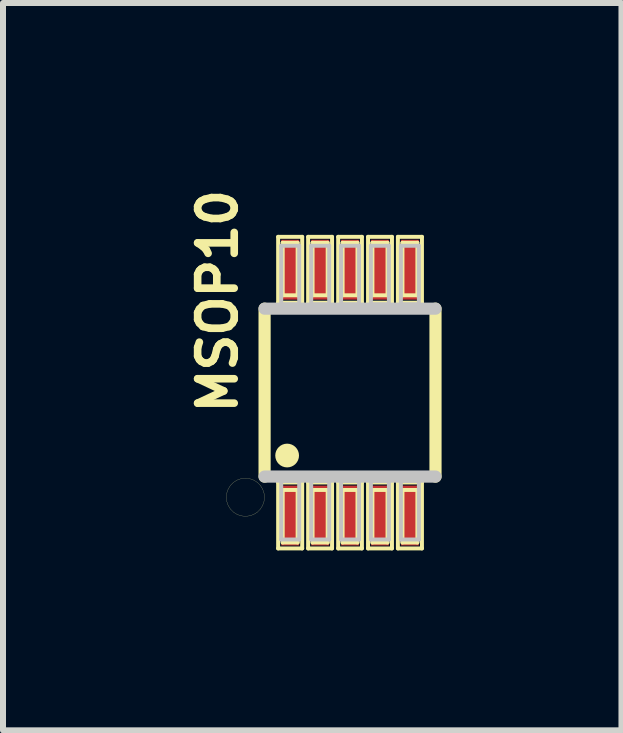
<source format=kicad_pcb>
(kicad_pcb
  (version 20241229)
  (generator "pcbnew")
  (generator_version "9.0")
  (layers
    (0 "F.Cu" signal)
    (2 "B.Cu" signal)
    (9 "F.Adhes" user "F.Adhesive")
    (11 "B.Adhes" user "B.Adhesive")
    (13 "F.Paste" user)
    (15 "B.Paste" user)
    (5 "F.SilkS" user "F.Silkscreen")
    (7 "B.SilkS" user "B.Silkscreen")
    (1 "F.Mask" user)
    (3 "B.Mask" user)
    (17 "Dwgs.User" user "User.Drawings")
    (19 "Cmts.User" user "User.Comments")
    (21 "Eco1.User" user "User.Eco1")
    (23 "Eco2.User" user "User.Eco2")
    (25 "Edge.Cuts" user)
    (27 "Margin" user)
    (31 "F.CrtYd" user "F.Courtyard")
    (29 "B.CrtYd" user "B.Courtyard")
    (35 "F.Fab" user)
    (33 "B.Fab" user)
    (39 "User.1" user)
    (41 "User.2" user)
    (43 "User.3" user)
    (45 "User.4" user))
  (footprint "MSOP10"
    (layer "F.Cu")
    (at 2.787 3.497)
    (property "Reference" "MSOP10" (at -2.207 -1.524 90) (layer "F.SilkS") (effects (font (size 0.61 0.61) (thickness 0.127))))
    (attr smd)
    (fp_line (start -2.062 1.745) (end -2.055 1.816) (stroke (width 0.003) (type solid)) (layer "F.SilkS"))
    (fp_line (start -2.055 1.674) (end -2.062 1.745) (stroke (width 0.003) (type solid)) (layer "F.SilkS"))
    (fp_line (start -2.055 1.816) (end -2.032 1.882) (stroke (width 0.003) (type solid)) (layer "F.SilkS"))
    (fp_line (start -2.032 1.608) (end -2.055 1.674) (stroke (width 0.003) (type solid)) (layer "F.SilkS"))
    (fp_line (start -2.032 1.882) (end -1.994 1.943) (stroke (width 0.003) (type solid)) (layer "F.SilkS"))
    (fp_line (start -1.994 1.547) (end -2.032 1.608) (stroke (width 0.003) (type solid)) (layer "F.SilkS"))
    (fp_line (start -1.994 1.943) (end -1.943 1.994) (stroke (width 0.003) (type solid)) (layer "F.SilkS"))
    (fp_line (start -1.943 1.496) (end -1.994 1.547) (stroke (width 0.003) (type solid)) (layer "F.SilkS"))
    (fp_line (start -1.943 1.994) (end -1.882 2.032) (stroke (width 0.003) (type solid)) (layer "F.SilkS"))
    (fp_line (start -1.882 1.458) (end -1.943 1.496) (stroke (width 0.003) (type solid)) (layer "F.SilkS"))
    (fp_line (start -1.882 2.032) (end -1.816 2.055) (stroke (width 0.003) (type solid)) (layer "F.SilkS"))
    (fp_line (start -1.816 1.435) (end -1.882 1.458) (stroke (width 0.003) (type solid)) (layer "F.SilkS"))
    (fp_line (start -1.816 2.055) (end -1.745 2.062) (stroke (width 0.003) (type solid)) (layer "F.SilkS"))
    (fp_line (start -1.745 1.427) (end -1.816 1.435) (stroke (width 0.003) (type solid)) (layer "F.SilkS"))
    (fp_line (start -1.745 2.062) (end -1.674 2.055) (stroke (width 0.003) (type solid)) (layer "F.SilkS"))
    (fp_line (start -1.674 1.435) (end -1.745 1.427) (stroke (width 0.003) (type solid)) (layer "F.SilkS"))
    (fp_line (start -1.674 2.055) (end -1.608 2.032) (stroke (width 0.003) (type solid)) (layer "F.SilkS"))
    (fp_line (start -1.608 1.458) (end -1.674 1.435) (stroke (width 0.003) (type solid)) (layer "F.SilkS"))
    (fp_line (start -1.608 2.032) (end -1.547 1.994) (stroke (width 0.003) (type solid)) (layer "F.SilkS"))
    (fp_line (start -1.547 1.496) (end -1.608 1.458) (stroke (width 0.003) (type solid)) (layer "F.SilkS"))
    (fp_line (start -1.547 1.994) (end -1.496 1.943) (stroke (width 0.003) (type solid)) (layer "F.SilkS"))
    (fp_line (start -1.496 1.547) (end -1.547 1.496) (stroke (width 0.003) (type solid)) (layer "F.SilkS"))
    (fp_line (start -1.496 1.943) (end -1.458 1.882) (stroke (width 0.003) (type solid)) (layer "F.SilkS"))
    (fp_line (start -1.458 1.608) (end -1.496 1.547) (stroke (width 0.003) (type solid)) (layer "F.SilkS"))
    (fp_line (start -1.458 1.882) (end -1.435 1.816) (stroke (width 0.003) (type solid)) (layer "F.SilkS"))
    (fp_line (start -1.435 1.674) (end -1.458 1.608) (stroke (width 0.003) (type solid)) (layer "F.SilkS"))
    (fp_line (start -1.435 1.816) (end -1.427 1.745) (stroke (width 0.003) (type solid)) (layer "F.SilkS"))
    (fp_line (start -1.427 1.745) (end -1.435 1.674) (stroke (width 0.003) (type solid)) (layer "F.SilkS"))
    (fp_line (start -1.425 -1.4) (end -1.425 1.4) (stroke (width 0.203) (type solid)) (layer "F.SilkS"))
    (fp_line (start -1.199 -2.598) (end -0.798 -2.598) (stroke (width 0.066) (type solid)) (layer "F.SilkS"))
    (fp_line (start -1.199 -1.499) (end -1.199 -2.598) (stroke (width 0.066) (type solid)) (layer "F.SilkS"))
    (fp_line (start -1.199 -1.499) (end -0.798 -1.499) (stroke (width 0.066) (type solid)) (layer "F.SilkS"))
    (fp_line (start -1.199 1.499) (end -0.798 1.499) (stroke (width 0.066) (type solid)) (layer "F.SilkS"))
    (fp_line (start -1.199 2.598) (end -1.199 1.499) (stroke (width 0.066) (type solid)) (layer "F.SilkS"))
    (fp_line (start -1.199 2.598) (end -0.798 2.598) (stroke (width 0.066) (type solid)) (layer "F.SilkS"))
    (fp_line (start -1.123 -2.499) (end -0.874 -2.499) (stroke (width 0.066) (type solid)) (layer "F.SilkS"))
    (fp_line (start -1.123 -1.623) (end -1.123 -2.499) (stroke (width 0.066) (type solid)) (layer "F.SilkS"))
    (fp_line (start -1.123 -1.623) (end -0.874 -1.623) (stroke (width 0.066) (type solid)) (layer "F.SilkS"))
    (fp_line (start -1.123 1.623) (end -0.874 1.623) (stroke (width 0.066) (type solid)) (layer "F.SilkS"))
    (fp_line (start -1.123 2.499) (end -1.123 1.623) (stroke (width 0.066) (type solid)) (layer "F.SilkS"))
    (fp_line (start -1.123 2.499) (end -0.874 2.499) (stroke (width 0.066) (type solid)) (layer "F.SilkS"))
    (fp_line (start -0.874 -1.623) (end -0.874 -2.499) (stroke (width 0.066) (type solid)) (layer "F.SilkS"))
    (fp_line (start -0.874 2.499) (end -0.874 1.623) (stroke (width 0.066) (type solid)) (layer "F.SilkS"))
    (fp_line (start -0.798 -1.499) (end -0.798 -2.598) (stroke (width 0.066) (type solid)) (layer "F.SilkS"))
    (fp_line (start -0.798 2.598) (end -0.798 1.499) (stroke (width 0.066) (type solid)) (layer "F.SilkS"))
    (fp_line (start -0.699 -2.598) (end -0.3 -2.598) (stroke (width 0.066) (type solid)) (layer "F.SilkS"))
    (fp_line (start -0.699 -1.499) (end -0.699 -2.598) (stroke (width 0.066) (type solid)) (layer "F.SilkS"))
    (fp_line (start -0.699 -1.499) (end -0.3 -1.499) (stroke (width 0.066) (type solid)) (layer "F.SilkS"))
    (fp_line (start -0.699 1.499) (end -0.3 1.499) (stroke (width 0.066) (type solid)) (layer "F.SilkS"))
    (fp_line (start -0.699 2.598) (end -0.699 1.499) (stroke (width 0.066) (type solid)) (layer "F.SilkS"))
    (fp_line (start -0.699 2.598) (end -0.3 2.598) (stroke (width 0.066) (type solid)) (layer "F.SilkS"))
    (fp_line (start -0.625 -2.499) (end -0.373 -2.499) (stroke (width 0.066) (type solid)) (layer "F.SilkS"))
    (fp_line (start -0.625 -1.623) (end -0.625 -2.499) (stroke (width 0.066) (type solid)) (layer "F.SilkS"))
    (fp_line (start -0.625 -1.623) (end -0.373 -1.623) (stroke (width 0.066) (type solid)) (layer "F.SilkS"))
    (fp_line (start -0.625 1.623) (end -0.373 1.623) (stroke (width 0.066) (type solid)) (layer "F.SilkS"))
    (fp_line (start -0.625 2.499) (end -0.625 1.623) (stroke (width 0.066) (type solid)) (layer "F.SilkS"))
    (fp_line (start -0.625 2.499) (end -0.373 2.499) (stroke (width 0.066) (type solid)) (layer "F.SilkS"))
    (fp_line (start -0.373 -1.623) (end -0.373 -2.499) (stroke (width 0.066) (type solid)) (layer "F.SilkS"))
    (fp_line (start -0.373 2.499) (end -0.373 1.623) (stroke (width 0.066) (type solid)) (layer "F.SilkS"))
    (fp_line (start -0.3 -1.499) (end -0.3 -2.598) (stroke (width 0.066) (type solid)) (layer "F.SilkS"))
    (fp_line (start -0.3 2.598) (end -0.3 1.499) (stroke (width 0.066) (type solid)) (layer "F.SilkS"))
    (fp_line (start -0.198 -2.598) (end 0.198 -2.598) (stroke (width 0.066) (type solid)) (layer "F.SilkS"))
    (fp_line (start -0.198 -1.499) (end -0.198 -2.598) (stroke (width 0.066) (type solid)) (layer "F.SilkS"))
    (fp_line (start -0.198 -1.499) (end 0.198 -1.499) (stroke (width 0.066) (type solid)) (layer "F.SilkS"))
    (fp_line (start -0.198 1.499) (end 0.198 1.499) (stroke (width 0.066) (type solid)) (layer "F.SilkS"))
    (fp_line (start -0.198 2.598) (end -0.198 1.499) (stroke (width 0.066) (type solid)) (layer "F.SilkS"))
    (fp_line (start -0.198 2.598) (end 0.198 2.598) (stroke (width 0.066) (type solid)) (layer "F.SilkS"))
    (fp_line (start -0.124 -2.499) (end 0.124 -2.499) (stroke (width 0.066) (type solid)) (layer "F.SilkS"))
    (fp_line (start -0.124 -1.623) (end -0.124 -2.499) (stroke (width 0.066) (type solid)) (layer "F.SilkS"))
    (fp_line (start -0.124 -1.623) (end 0.124 -1.623) (stroke (width 0.066) (type solid)) (layer "F.SilkS"))
    (fp_line (start -0.124 1.623) (end 0.124 1.623) (stroke (width 0.066) (type solid)) (layer "F.SilkS"))
    (fp_line (start -0.124 2.499) (end -0.124 1.623) (stroke (width 0.066) (type solid)) (layer "F.SilkS"))
    (fp_line (start -0.124 2.499) (end 0.124 2.499) (stroke (width 0.066) (type solid)) (layer "F.SilkS"))
    (fp_line (start 0.124 -1.623) (end 0.124 -2.499) (stroke (width 0.066) (type solid)) (layer "F.SilkS"))
    (fp_line (start 0.124 2.499) (end 0.124 1.623) (stroke (width 0.066) (type solid)) (layer "F.SilkS"))
    (fp_line (start 0.198 -1.499) (end 0.198 -2.598) (stroke (width 0.066) (type solid)) (layer "F.SilkS"))
    (fp_line (start 0.198 2.598) (end 0.198 1.499) (stroke (width 0.066) (type solid)) (layer "F.SilkS"))
    (fp_line (start 0.3 -2.598) (end 0.699 -2.598) (stroke (width 0.066) (type solid)) (layer "F.SilkS"))
    (fp_line (start 0.3 -1.499) (end 0.3 -2.598) (stroke (width 0.066) (type solid)) (layer "F.SilkS"))
    (fp_line (start 0.3 -1.499) (end 0.699 -1.499) (stroke (width 0.066) (type solid)) (layer "F.SilkS"))
    (fp_line (start 0.3 1.499) (end 0.699 1.499) (stroke (width 0.066) (type solid)) (layer "F.SilkS"))
    (fp_line (start 0.3 2.598) (end 0.3 1.499) (stroke (width 0.066) (type solid)) (layer "F.SilkS"))
    (fp_line (start 0.3 2.598) (end 0.699 2.598) (stroke (width 0.066) (type solid)) (layer "F.SilkS"))
    (fp_line (start 0.373 -2.499) (end 0.625 -2.499) (stroke (width 0.066) (type solid)) (layer "F.SilkS"))
    (fp_line (start 0.373 -1.623) (end 0.373 -2.499) (stroke (width 0.066) (type solid)) (layer "F.SilkS"))
    (fp_line (start 0.373 -1.623) (end 0.625 -1.623) (stroke (width 0.066) (type solid)) (layer "F.SilkS"))
    (fp_line (start 0.373 1.623) (end 0.625 1.623) (stroke (width 0.066) (type solid)) (layer "F.SilkS"))
    (fp_line (start 0.373 2.499) (end 0.373 1.623) (stroke (width 0.066) (type solid)) (layer "F.SilkS"))
    (fp_line (start 0.373 2.499) (end 0.625 2.499) (stroke (width 0.066) (type solid)) (layer "F.SilkS"))
    (fp_line (start 0.625 -1.623) (end 0.625 -2.499) (stroke (width 0.066) (type solid)) (layer "F.SilkS"))
    (fp_line (start 0.625 2.499) (end 0.625 1.623) (stroke (width 0.066) (type solid)) (layer "F.SilkS"))
    (fp_line (start 0.699 -1.499) (end 0.699 -2.598) (stroke (width 0.066) (type solid)) (layer "F.SilkS"))
    (fp_line (start 0.699 2.598) (end 0.699 1.499) (stroke (width 0.066) (type solid)) (layer "F.SilkS"))
    (fp_line (start 0.798 -2.598) (end 1.199 -2.598) (stroke (width 0.066) (type solid)) (layer "F.SilkS"))
    (fp_line (start 0.798 -1.499) (end 0.798 -2.598) (stroke (width 0.066) (type solid)) (layer "F.SilkS"))
    (fp_line (start 0.798 -1.499) (end 1.199 -1.499) (stroke (width 0.066) (type solid)) (layer "F.SilkS"))
    (fp_line (start 0.798 1.499) (end 1.199 1.499) (stroke (width 0.066) (type solid)) (layer "F.SilkS"))
    (fp_line (start 0.798 2.598) (end 0.798 1.499) (stroke (width 0.066) (type solid)) (layer "F.SilkS"))
    (fp_line (start 0.798 2.598) (end 1.199 2.598) (stroke (width 0.066) (type solid)) (layer "F.SilkS"))
    (fp_line (start 0.874 -2.499) (end 1.123 -2.499) (stroke (width 0.066) (type solid)) (layer "F.SilkS"))
    (fp_line (start 0.874 -1.623) (end 0.874 -2.499) (stroke (width 0.066) (type solid)) (layer "F.SilkS"))
    (fp_line (start 0.874 -1.623) (end 1.123 -1.623) (stroke (width 0.066) (type solid)) (layer "F.SilkS"))
    (fp_line (start 0.874 1.623) (end 1.123 1.623) (stroke (width 0.066) (type solid)) (layer "F.SilkS"))
    (fp_line (start 0.874 2.499) (end 0.874 1.623) (stroke (width 0.066) (type solid)) (layer "F.SilkS"))
    (fp_line (start 0.874 2.499) (end 1.123 2.499) (stroke (width 0.066) (type solid)) (layer "F.SilkS"))
    (fp_line (start 1.123 -1.623) (end 1.123 -2.499) (stroke (width 0.066) (type solid)) (layer "F.SilkS"))
    (fp_line (start 1.123 2.499) (end 1.123 1.623) (stroke (width 0.066) (type solid)) (layer "F.SilkS"))
    (fp_line (start 1.199 -1.499) (end 1.199 -2.598) (stroke (width 0.066) (type solid)) (layer "F.SilkS"))
    (fp_line (start 1.199 2.598) (end 1.199 1.499) (stroke (width 0.066) (type solid)) (layer "F.SilkS"))
    (fp_line (start 1.425 1.4) (end 1.425 -1.4) (stroke (width 0.203) (type solid)) (layer "F.SilkS"))
    (fp_circle (center -1.049 1.049) (end -1.049 0.851) (stroke (width 0) (type solid)) (fill yes) (layer "F.SilkS"))
    (fp_line (start -1.425 1.4) (end 1.425 1.4) (stroke (width 0.203) (type solid)) (layer "Dwgs.User"))
    (fp_line (start -1.148 -2.449) (end -0.848 -2.449) (stroke (width 0.066) (type solid)) (layer "Dwgs.User"))
    (fp_line (start -1.148 -1.473) (end -1.148 -2.449) (stroke (width 0.066) (type solid)) (layer "Dwgs.User"))
    (fp_line (start -1.148 -1.473) (end -0.848 -1.473) (stroke (width 0.066) (type solid)) (layer "Dwgs.User"))
    (fp_line (start -1.148 1.473) (end -0.848 1.473) (stroke (width 0.066) (type solid)) (layer "Dwgs.User"))
    (fp_line (start -1.148 2.449) (end -1.148 1.473) (stroke (width 0.066) (type solid)) (layer "Dwgs.User"))
    (fp_line (start -1.148 2.449) (end -0.848 2.449) (stroke (width 0.066) (type solid)) (layer "Dwgs.User"))
    (fp_line (start -0.848 -1.473) (end -0.848 -2.449) (stroke (width 0.066) (type solid)) (layer "Dwgs.User"))
    (fp_line (start -0.848 2.449) (end -0.848 1.473) (stroke (width 0.066) (type solid)) (layer "Dwgs.User"))
    (fp_line (start -0.648 -2.449) (end -0.348 -2.449) (stroke (width 0.066) (type solid)) (layer "Dwgs.User"))
    (fp_line (start -0.648 -1.473) (end -0.648 -2.449) (stroke (width 0.066) (type solid)) (layer "Dwgs.User"))
    (fp_line (start -0.648 -1.473) (end -0.348 -1.473) (stroke (width 0.066) (type solid)) (layer "Dwgs.User"))
    (fp_line (start -0.648 1.473) (end -0.348 1.473) (stroke (width 0.066) (type solid)) (layer "Dwgs.User"))
    (fp_line (start -0.648 2.449) (end -0.648 1.473) (stroke (width 0.066) (type solid)) (layer "Dwgs.User"))
    (fp_line (start -0.648 2.449) (end -0.348 2.449) (stroke (width 0.066) (type solid)) (layer "Dwgs.User"))
    (fp_line (start -0.348 -1.473) (end -0.348 -2.449) (stroke (width 0.066) (type solid)) (layer "Dwgs.User"))
    (fp_line (start -0.348 2.449) (end -0.348 1.473) (stroke (width 0.066) (type solid)) (layer "Dwgs.User"))
    (fp_line (start -0.15 -2.449) (end 0.15 -2.449) (stroke (width 0.066) (type solid)) (layer "Dwgs.User"))
    (fp_line (start -0.15 -1.473) (end -0.15 -2.449) (stroke (width 0.066) (type solid)) (layer "Dwgs.User"))
    (fp_line (start -0.15 -1.473) (end 0.15 -1.473) (stroke (width 0.066) (type solid)) (layer "Dwgs.User"))
    (fp_line (start -0.15 1.473) (end 0.15 1.473) (stroke (width 0.066) (type solid)) (layer "Dwgs.User"))
    (fp_line (start -0.15 2.449) (end -0.15 1.473) (stroke (width 0.066) (type solid)) (layer "Dwgs.User"))
    (fp_line (start -0.15 2.449) (end 0.15 2.449) (stroke (width 0.066) (type solid)) (layer "Dwgs.User"))
    (fp_line (start 0.15 -1.473) (end 0.15 -2.449) (stroke (width 0.066) (type solid)) (layer "Dwgs.User"))
    (fp_line (start 0.15 2.449) (end 0.15 1.473) (stroke (width 0.066) (type solid)) (layer "Dwgs.User"))
    (fp_line (start 0.348 -2.449) (end 0.648 -2.449) (stroke (width 0.066) (type solid)) (layer "Dwgs.User"))
    (fp_line (start 0.348 -1.473) (end 0.348 -2.449) (stroke (width 0.066) (type solid)) (layer "Dwgs.User"))
    (fp_line (start 0.348 -1.473) (end 0.648 -1.473) (stroke (width 0.066) (type solid)) (layer "Dwgs.User"))
    (fp_line (start 0.348 1.473) (end 0.648 1.473) (stroke (width 0.066) (type solid)) (layer "Dwgs.User"))
    (fp_line (start 0.348 2.449) (end 0.348 1.473) (stroke (width 0.066) (type solid)) (layer "Dwgs.User"))
    (fp_line (start 0.348 2.449) (end 0.648 2.449) (stroke (width 0.066) (type solid)) (layer "Dwgs.User"))
    (fp_line (start 0.648 -1.473) (end 0.648 -2.449) (stroke (width 0.066) (type solid)) (layer "Dwgs.User"))
    (fp_line (start 0.648 2.449) (end 0.648 1.473) (stroke (width 0.066) (type solid)) (layer "Dwgs.User"))
    (fp_line (start 0.848 -2.449) (end 1.148 -2.449) (stroke (width 0.066) (type solid)) (layer "Dwgs.User"))
    (fp_line (start 0.848 -1.473) (end 0.848 -2.449) (stroke (width 0.066) (type solid)) (layer "Dwgs.User"))
    (fp_line (start 0.848 -1.473) (end 1.148 -1.473) (stroke (width 0.066) (type solid)) (layer "Dwgs.User"))
    (fp_line (start 0.848 1.473) (end 1.148 1.473) (stroke (width 0.066) (type solid)) (layer "Dwgs.User"))
    (fp_line (start 0.848 2.449) (end 0.848 1.473) (stroke (width 0.066) (type solid)) (layer "Dwgs.User"))
    (fp_line (start 0.848 2.449) (end 1.148 2.449) (stroke (width 0.066) (type solid)) (layer "Dwgs.User"))
    (fp_line (start 1.148 -1.473) (end 1.148 -2.449) (stroke (width 0.066) (type solid)) (layer "Dwgs.User"))
    (fp_line (start 1.148 2.449) (end 1.148 1.473) (stroke (width 0.066) (type solid)) (layer "Dwgs.User"))
    (fp_line (start 1.425 -1.4) (end -1.425 -1.4) (stroke (width 0.203) (type solid)) (layer "Dwgs.User"))
    (pad "1" smd rect (at -0.998 2.05) (size 0.3 0.998) (layers "F.Cu" "F.Mask" "F.Paste"))
    (pad "2" smd rect (at -0.498 2.05) (size 0.3 0.998) (layers "F.Cu" "F.Mask" "F.Paste"))
    (pad "3" smd rect (at 0 2.05) (size 0.3 0.998) (layers "F.Cu" "F.Mask" "F.Paste"))
    (pad "4" smd rect (at 0.498 2.05) (size 0.3 0.998) (layers "F.Cu" "F.Mask" "F.Paste"))
    (pad "5" smd rect (at 0.998 2.05) (size 0.3 0.998) (layers "F.Cu" "F.Mask" "F.Paste"))
    (pad "6" smd rect (at 0.998 -2.05 180) (size 0.3 0.998) (layers "F.Cu" "F.Mask" "F.Paste"))
    (pad "7" smd rect (at 0.498 -2.05 180) (size 0.3 0.998) (layers "F.Cu" "F.Mask" "F.Paste"))
    (pad "8" smd rect (at 0 -2.05 180) (size 0.3 0.998) (layers "F.Cu" "F.Mask" "F.Paste"))
    (pad "9" smd rect (at -0.498 -2.05 180) (size 0.3 0.998) (layers "F.Cu" "F.Mask" "F.Paste"))
    (pad "10" smd rect (at -0.998 -2.05 180) (size 0.3 0.998) (layers "F.Cu" "F.Mask" "F.Paste")))
  (gr_rect
    (start -3 -3)
    (end 7.313 9.128)
    (stroke (width 0.1) (type default))
    (fill no)
    (layer "Edge.Cuts")))
</source>
